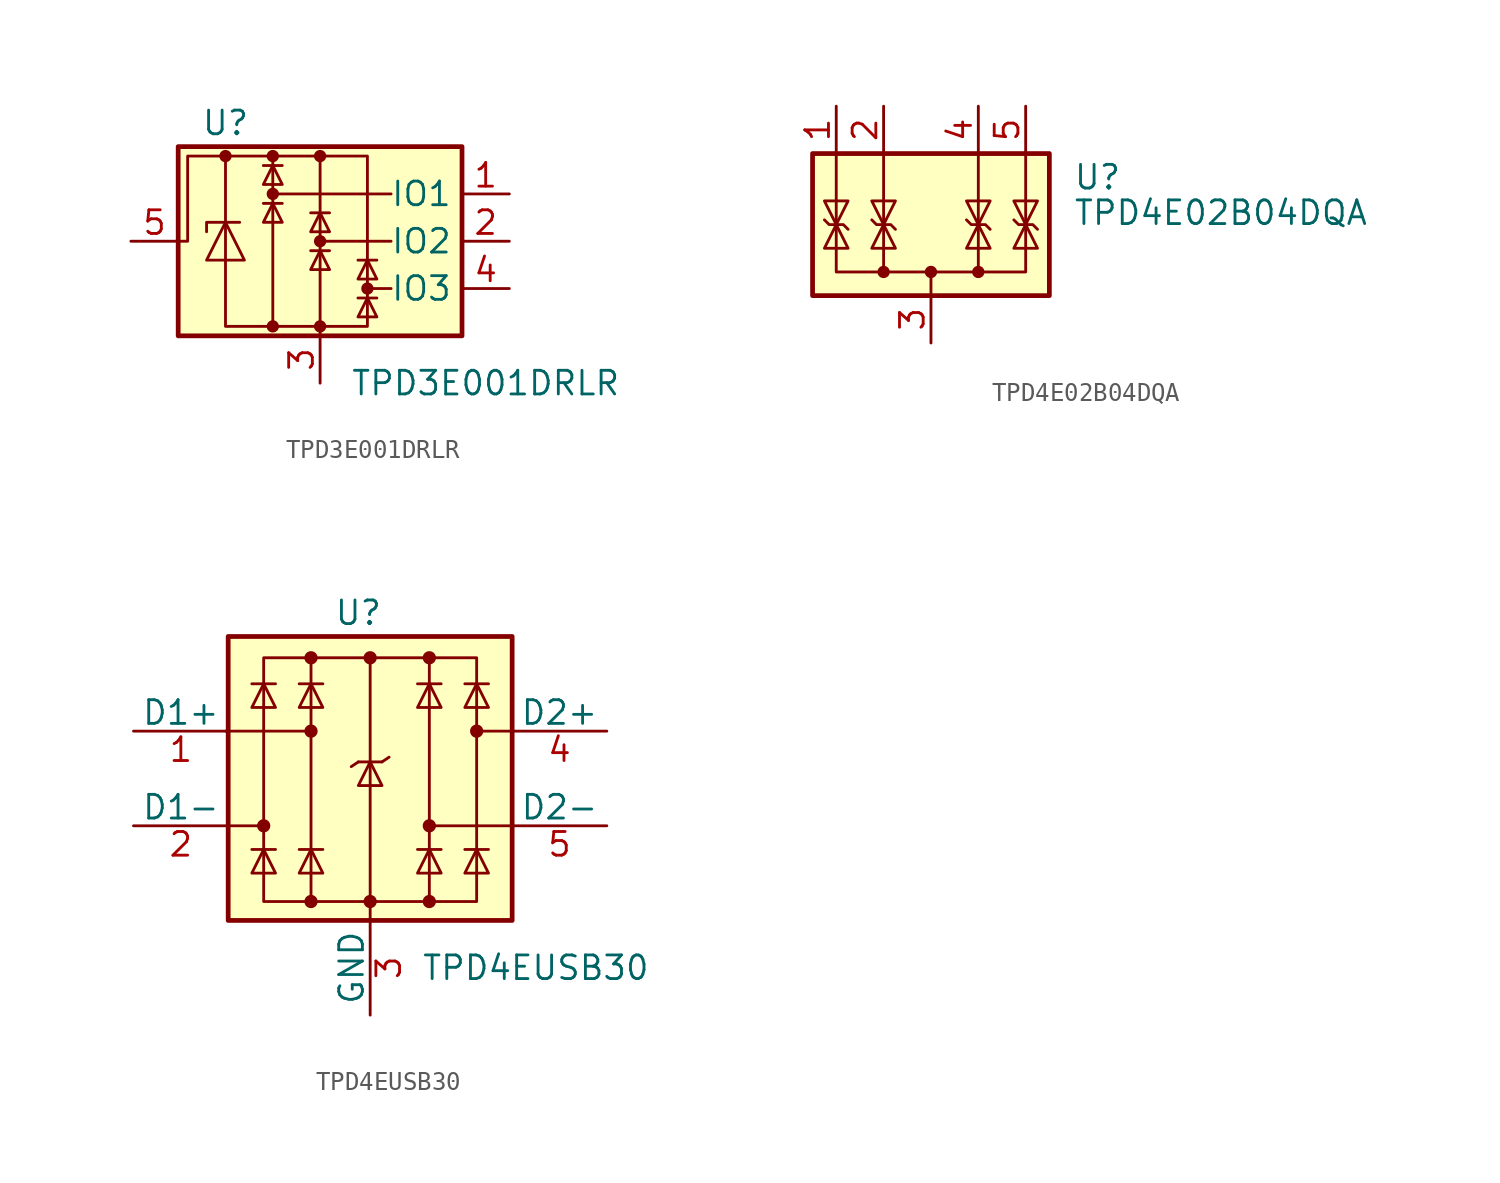
<source format=kicad_sym>
(kicad_symbol_lib
  (version 20211014)
  (generator kicad_symbol_editor)
  (symbol "TPD3E001DRLR"
    (property "Reference" "U"
      (at -5.08 6.35 0)
      (effects (font (size 1.27 1.27))))
    (property "Value" "TPD3E001DRLR"
      (at 8.89 -7.62 0)
      (effects (font (size 1.27 1.27))))
    (symbol "TPD3E001DRLR_0_1"
      (rectangle (start -7.62 5.08) (end 7.62 -5.08) (stroke (width 0.254) (type default) (color 0 0 0 0)) (fill (type background)))
      (circle (center -5.08 4.572) (radius 0.254) (stroke (width 0) (type default) (color 0 0 0 0)) (fill (type outline)))
      (circle (center -2.54 -4.572) (radius 0.254) (stroke (width 0) (type default) (color 0 0 0 0)) (fill (type outline)))
      (circle (center -2.54 2.54) (radius 0.254) (stroke (width 0) (type default) (color 0 0 0 0)) (fill (type outline)))
      (circle (center -2.54 4.572) (radius 0.254) (stroke (width 0) (type default) (color 0 0 0 0)) (fill (type outline)))
      (circle (center 0 -4.572) (radius 0.254) (stroke (width 0) (type default) (color 0 0 0 0)) (fill (type outline)))
      (polyline (pts (xy -2.54 2.54) (xy 3.81 2.54)) (stroke (width 0) (type default) (color 0 0 0 0)) (fill (type none)))
      (polyline (pts (xy -2.54 4.572) (xy -2.54 -4.572)) (stroke (width 0) (type default) (color 0 0 0 0)) (fill (type none)))
      (polyline (pts (xy -2.032 2.032) (xy -3.048 2.032)) (stroke (width 0) (type default) (color 0 0 0 0)) (fill (type none)))
      (polyline (pts (xy -2.032 4.064) (xy -3.048 4.064)) (stroke (width 0) (type default) (color 0 0 0 0)) (fill (type none)))
      (polyline (pts (xy 0 -5.08) (xy 0 4.572)) (stroke (width 0) (type default) (color 0 0 0 0)) (fill (type none)))
      (polyline (pts (xy 0 0) (xy 3.81 0)) (stroke (width 0) (type default) (color 0 0 0 0)) (fill (type none)))
      (polyline (pts (xy 0.508 -0.508) (xy -0.508 -0.508)) (stroke (width 0) (type default) (color 0 0 0 0)) (fill (type none)))
      (polyline (pts (xy 0.508 1.524) (xy -0.508 1.524)) (stroke (width 0) (type default) (color 0 0 0 0)) (fill (type none)))
      (polyline (pts (xy 2.54 -2.54) (xy 3.81 -2.54)) (stroke (width 0) (type default) (color 0 0 0 0)) (fill (type none)))
      (polyline (pts (xy 3.048 -3.048) (xy 2.032 -3.048)) (stroke (width 0) (type default) (color 0 0 0 0)) (fill (type none)))
      (polyline (pts (xy 3.048 -1.016) (xy 2.032 -1.016)) (stroke (width 0) (type default) (color 0 0 0 0)) (fill (type none)))
      (polyline (pts (xy -4.318 1.016) (xy -6.096 1.016) (xy -6.096 0.508)) (stroke (width 0) (type default) (color 0 0 0 0)) (fill (type none)))
      (polyline (pts (xy -7.62 0) (xy -7.112 0) (xy -7.112 4.572) (xy -5.08 4.572)) (stroke (width 0) (type default) (color 0 0 0 0)) (fill (type none)))
      (polyline (pts (xy -5.08 1.016) (xy -6.096 -1.016) (xy -4.064 -1.016) (xy -5.08 1.016)) (stroke (width 0) (type default) (color 0 0 0 0)) (fill (type none)))
      (polyline (pts (xy -2.54 2.032) (xy -3.048 1.016) (xy -2.032 1.016) (xy -2.54 2.032)) (stroke (width 0) (type default) (color 0 0 0 0)) (fill (type none)))
      (polyline (pts (xy -2.54 4.064) (xy -3.048 3.048) (xy -2.032 3.048) (xy -2.54 4.064)) (stroke (width 0) (type default) (color 0 0 0 0)) (fill (type none)))
      (polyline (pts (xy 0 -0.508) (xy -0.508 -1.524) (xy 0.508 -1.524) (xy 0 -0.508)) (stroke (width 0) (type default) (color 0 0 0 0)) (fill (type none)))
      (polyline (pts (xy 0 1.524) (xy -0.508 0.508) (xy 0.508 0.508) (xy 0 1.524)) (stroke (width 0) (type default) (color 0 0 0 0)) (fill (type none)))
      (polyline (pts (xy 2.54 -3.048) (xy 2.032 -4.064) (xy 3.048 -4.064) (xy 2.54 -3.048)) (stroke (width 0) (type default) (color 0 0 0 0)) (fill (type none)))
      (polyline (pts (xy 2.54 -1.016) (xy 2.032 -2.032) (xy 3.048 -2.032) (xy 2.54 -1.016)) (stroke (width 0) (type default) (color 0 0 0 0)) (fill (type none)))
      (circle (center 0 0) (radius 0.254) (stroke (width 0) (type default) (color 0 0 0 0)) (fill (type outline)))
      (circle (center 0 4.572) (radius 0.254) (stroke (width 0) (type default) (color 0 0 0 0)) (fill (type outline)))
      (rectangle (start 2.54 -4.572) (end -5.08 4.572) (stroke (width 0) (type default) (color 0 0 0 0)) (fill (type none)))
      (circle (center 2.54 -2.54) (radius 0.254) (stroke (width 0) (type default) (color 0 0 0 0)) (fill (type outline))))
    (symbol "TPD3E001DRLR_1_1"
      (pin passive line (at 10.16 2.54 180) (length 2.54) (name "IO1" (effects (font (size 1.27 1.27)))) (number "1" (effects (font (size 1.27 1.27)))))
      (pin passive line (at 10.16 0 180) (length 2.54) (name "IO2" (effects (font (size 1.27 1.27)))) (number "2" (effects (font (size 1.27 1.27)))))
      (pin passive line (at 0 -7.62 90) (length 2.54) (name "~" (effects (font (size 1.27 1.27)))) (number "3" (effects (font (size 1.27 1.27)))))
      (pin passive line (at 10.16 -2.54 180) (length 2.54) (name "IO3" (effects (font (size 1.27 1.27)))) (number "4" (effects (font (size 1.27 1.27)))))
      (pin passive line (at -10.16 0 0) (length 2.54) (name "~" (effects (font (size 1.27 1.27)))) (number "5" (effects (font (size 1.27 1.27)))))))
  (symbol "TPD4E02B04DQA"
    (pin_names hide)
    (property "Reference" "U"
      (at 7.62 3.81 0)
      (effects (font (size 1.27 1.27)) (justify left)))
    (property "Value" "TPD4E02B04DQA"
      (at 7.62 1.905 0)
      (effects (font (size 1.27 1.27)) (justify left)))
    (symbol "TPD4E02B04DQA_0_0"
      (pin passive line (at 0 -5.08 90) (length 2.54) (name "G" (effects (font (size 1.27 1.27)))) (number "3" (effects (font (size 1.27 1.27))))))
    (symbol "TPD4E02B04DQA_0_1"
      (rectangle (start -6.35 5.08) (end 6.35 -2.54) (stroke (width 0.254) (type default) (color 0 0 0 0)) (fill (type background)))
      (circle (center 0 -1.27) (radius 0.254) (stroke (width 0) (type default) (color 0 0 0 0)) (fill (type outline)))
      (polyline (pts (xy -2.54 5.08) (xy -2.54 -1.27)) (stroke (width 0) (type default) (color 0 0 0 0)) (fill (type none)))
      (polyline (pts (xy 0 -1.27) (xy 0 -2.54)) (stroke (width 0) (type default) (color 0 0 0 0)) (fill (type none)))
      (polyline (pts (xy 2.54 5.08) (xy 2.54 -1.27)) (stroke (width 0) (type default) (color 0 0 0 0)) (fill (type none)))
      (polyline (pts (xy -5.08 5.08) (xy -5.08 -1.27) (xy 5.08 -1.27) (xy 5.08 5.08)) (stroke (width 0) (type default) (color 0 0 0 0)) (fill (type none)))
      (polyline (pts (xy -4.445 0) (xy -5.715 0) (xy -5.08 1.27) (xy -4.445 0)) (stroke (width 0) (type default) (color 0 0 0 0)) (fill (type none)))
      (polyline (pts (xy -3.175 1.524) (xy -2.921 1.27) (xy -2.159 1.27) (xy -1.905 1.016)) (stroke (width 0) (type default) (color 0 0 0 0)) (fill (type none)))
      (polyline (pts (xy -2.54 1.27) (xy -1.905 0) (xy -3.175 0) (xy -2.54 1.27)) (stroke (width 0) (type default) (color 0 0 0 0)) (fill (type none)))
      (polyline (pts (xy 2.54 1.27) (xy 1.905 0) (xy 3.175 0) (xy 2.54 1.27)) (stroke (width 0) (type default) (color 0 0 0 0)) (fill (type none)))
      (polyline (pts (xy 5.08 1.27) (xy 4.445 0) (xy 5.715 0) (xy 5.08 1.27)) (stroke (width 0) (type default) (color 0 0 0 0)) (fill (type none)))
      (circle (center 2.54 -1.27) (radius 0.254) (stroke (width 0) (type default) (color 0 0 0 0)) (fill (type outline))))
    (symbol "TPD4E02B04DQA_1_1"
      (circle (center -2.54 -1.27) (radius 0.254) (stroke (width 0) (type default) (color 0 0 0 0)) (fill (type outline)))
      (polyline (pts (xy -5.715 1.524) (xy -5.461 1.27) (xy -4.699 1.27) (xy -4.445 1.016)) (stroke (width 0) (type default) (color 0 0 0 0)) (fill (type none)))
      (polyline (pts (xy -5.08 1.27) (xy -5.715 2.54) (xy -4.445 2.54) (xy -5.08 1.27)) (stroke (width 0) (type default) (color 0 0 0 0)) (fill (type none)))
      (polyline (pts (xy -2.54 1.27) (xy -3.175 2.54) (xy -1.905 2.54) (xy -2.54 1.27)) (stroke (width 0) (type default) (color 0 0 0 0)) (fill (type none)))
      (polyline (pts (xy 1.905 1.524) (xy 2.159 1.27) (xy 2.921 1.27) (xy 3.175 1.016)) (stroke (width 0) (type default) (color 0 0 0 0)) (fill (type none)))
      (polyline (pts (xy 2.54 1.27) (xy 1.905 2.54) (xy 3.175 2.54) (xy 2.54 1.27)) (stroke (width 0) (type default) (color 0 0 0 0)) (fill (type none)))
      (polyline (pts (xy 4.445 1.524) (xy 4.699 1.27) (xy 5.461 1.27) (xy 5.715 1.016)) (stroke (width 0) (type default) (color 0 0 0 0)) (fill (type none)))
      (polyline (pts (xy 5.08 1.27) (xy 4.445 2.54) (xy 5.715 2.54) (xy 5.08 1.27)) (stroke (width 0) (type default) (color 0 0 0 0)) (fill (type none)))
      (pin passive line (at -5.08 7.62 270) (length 2.54) (name "IO1" (effects (font (size 1.27 1.27)))) (number "1" (effects (font (size 1.27 1.27)))))
      (pin no_connect line (at -5.08 -2.54 90) (length 2.54) hide (name "NC" (effects (font (size 1.27 1.27)))) (number "10" (effects (font (size 1.27 1.27)))))
      (pin passive line (at -2.54 7.62 270) (length 2.54) (name "IO2" (effects (font (size 1.27 1.27)))) (number "2" (effects (font (size 1.27 1.27)))))
      (pin passive line (at 2.54 7.62 270) (length 2.54) (name "IO3" (effects (font (size 1.27 1.27)))) (number "4" (effects (font (size 1.27 1.27)))))
      (pin passive line (at 5.08 7.62 270) (length 2.54) (name "IO4" (effects (font (size 1.27 1.27)))) (number "5" (effects (font (size 1.27 1.27)))))
      (pin no_connect line (at 5.08 -2.54 90) (length 2.54) hide (name "NC" (effects (font (size 1.27 1.27)))) (number "6" (effects (font (size 1.27 1.27)))))
      (pin no_connect line (at 2.54 -2.54 90) (length 2.54) hide (name "NC" (effects (font (size 1.27 1.27)))) (number "7" (effects (font (size 1.27 1.27)))))
      (pin passive line (at 0 -5.08 90) (length 2.54) hide (name "G" (effects (font (size 1.27 1.27)))) (number "8" (effects (font (size 1.27 1.27)))))
      (pin no_connect line (at -2.54 -2.54 90) (length 2.54) hide (name "NC" (effects (font (size 1.27 1.27)))) (number "9" (effects (font (size 1.27 1.27)))))))
  (symbol "TPD4EUSB30"
    (pin_names
      (offset 0))
    (property "Reference" "U"
      (at -0.635 8.89 0)
      (effects (font (size 1.27 1.27))))
    (property "Value" "TPD4EUSB30"
      (at 8.89 -10.16 0)
      (effects (font (size 1.27 1.27))))
    (symbol "TPD4EUSB30_0_0"
      (rectangle (start -5.715 6.477) (end 5.715 -6.604) (stroke (width 0) (type default) (color 0 0 0 0)) (fill (type none)))
      (polyline (pts (xy -3.175 -6.604) (xy -3.175 6.477)) (stroke (width 0) (type default) (color 0 0 0 0)) (fill (type none)))
      (polyline (pts (xy 0 6.477) (xy 0 -6.604)) (stroke (width 0) (type default) (color 0 0 0 0)) (fill (type none)))
      (polyline (pts (xy 3.175 6.477) (xy 3.175 -6.604)) (stroke (width 0) (type default) (color 0 0 0 0)) (fill (type none))))
    (symbol "TPD4EUSB30_0_1"
      (rectangle (start -7.62 7.62) (end 7.62 -7.62) (stroke (width 0.254) (type default) (color 0 0 0 0)) (fill (type background)))
      (circle (center -5.715 -2.54) (radius 0.279) (stroke (width 0) (type default) (color 0 0 0 0)) (fill (type outline)))
      (circle (center -3.175 -6.604) (radius 0.279) (stroke (width 0) (type default) (color 0 0 0 0)) (fill (type outline)))
      (circle (center -3.175 2.54) (radius 0.279) (stroke (width 0) (type default) (color 0 0 0 0)) (fill (type outline)))
      (circle (center -3.175 6.477) (radius 0.279) (stroke (width 0) (type default) (color 0 0 0 0)) (fill (type outline)))
      (circle (center 0 -6.604) (radius 0.279) (stroke (width 0) (type default) (color 0 0 0 0)) (fill (type outline)))
      (polyline (pts (xy -7.747 2.54) (xy -3.175 2.54)) (stroke (width 0) (type default) (color 0 0 0 0)) (fill (type none)))
      (polyline (pts (xy -7.62 -2.54) (xy -5.715 -2.54)) (stroke (width 0) (type default) (color 0 0 0 0)) (fill (type none)))
      (polyline (pts (xy -5.08 -3.81) (xy -6.35 -3.81)) (stroke (width 0) (type default) (color 0 0 0 0)) (fill (type none)))
      (polyline (pts (xy -5.08 5.08) (xy -6.35 5.08)) (stroke (width 0) (type default) (color 0 0 0 0)) (fill (type none)))
      (polyline (pts (xy -2.54 -3.81) (xy -3.81 -3.81)) (stroke (width 0) (type default) (color 0 0 0 0)) (fill (type none)))
      (polyline (pts (xy -2.54 5.08) (xy -3.81 5.08)) (stroke (width 0) (type default) (color 0 0 0 0)) (fill (type none)))
      (polyline (pts (xy -0.635 0.889) (xy -1.016 0.635)) (stroke (width 0) (type default) (color 0 0 0 0)) (fill (type none)))
      (polyline (pts (xy 0 -6.604) (xy 0 -7.62)) (stroke (width 0) (type default) (color 0 0 0 0)) (fill (type none)))
      (polyline (pts (xy 0.635 0.889) (xy -0.635 0.889)) (stroke (width 0) (type default) (color 0 0 0 0)) (fill (type none)))
      (polyline (pts (xy 0.635 0.889) (xy 1.016 1.143)) (stroke (width 0) (type default) (color 0 0 0 0)) (fill (type none)))
      (polyline (pts (xy 3.81 -3.81) (xy 2.54 -3.81)) (stroke (width 0) (type default) (color 0 0 0 0)) (fill (type none)))
      (polyline (pts (xy 3.81 5.08) (xy 2.54 5.08)) (stroke (width 0) (type default) (color 0 0 0 0)) (fill (type none)))
      (polyline (pts (xy 6.35 -3.81) (xy 5.08 -3.81)) (stroke (width 0) (type default) (color 0 0 0 0)) (fill (type none)))
      (polyline (pts (xy 6.35 5.08) (xy 5.08 5.08)) (stroke (width 0) (type default) (color 0 0 0 0)) (fill (type none)))
      (polyline (pts (xy 7.62 -2.54) (xy 3.175 -2.54)) (stroke (width 0) (type default) (color 0 0 0 0)) (fill (type none)))
      (polyline (pts (xy 7.62 2.54) (xy 5.715 2.54)) (stroke (width 0) (type default) (color 0 0 0 0)) (fill (type none)))
      (polyline (pts (xy -5.08 -5.08) (xy -6.35 -5.08) (xy -5.715 -3.81) (xy -5.08 -5.08)) (stroke (width 0) (type default) (color 0 0 0 0)) (fill (type none)))
      (polyline (pts (xy -5.08 3.81) (xy -6.35 3.81) (xy -5.715 5.08) (xy -5.08 3.81)) (stroke (width 0) (type default) (color 0 0 0 0)) (fill (type none)))
      (polyline (pts (xy -2.54 -5.08) (xy -3.81 -5.08) (xy -3.175 -3.81) (xy -2.54 -5.08)) (stroke (width 0) (type default) (color 0 0 0 0)) (fill (type none)))
      (polyline (pts (xy -2.54 3.81) (xy -3.81 3.81) (xy -3.175 5.08) (xy -2.54 3.81)) (stroke (width 0) (type default) (color 0 0 0 0)) (fill (type none)))
      (polyline (pts (xy 0.635 -0.381) (xy -0.635 -0.381) (xy 0 0.889) (xy 0.635 -0.381)) (stroke (width 0) (type default) (color 0 0 0 0)) (fill (type none)))
      (polyline (pts (xy 3.81 -5.08) (xy 2.54 -5.08) (xy 3.175 -3.81) (xy 3.81 -5.08)) (stroke (width 0) (type default) (color 0 0 0 0)) (fill (type none)))
      (polyline (pts (xy 3.81 3.81) (xy 2.54 3.81) (xy 3.175 5.08) (xy 3.81 3.81)) (stroke (width 0) (type default) (color 0 0 0 0)) (fill (type none)))
      (polyline (pts (xy 6.35 -5.08) (xy 5.08 -5.08) (xy 5.715 -3.81) (xy 6.35 -5.08)) (stroke (width 0) (type default) (color 0 0 0 0)) (fill (type none)))
      (polyline (pts (xy 6.35 3.81) (xy 5.08 3.81) (xy 5.715 5.08) (xy 6.35 3.81)) (stroke (width 0) (type default) (color 0 0 0 0)) (fill (type none)))
      (circle (center 0 6.477) (radius 0.279) (stroke (width 0) (type default) (color 0 0 0 0)) (fill (type outline)))
      (circle (center 3.175 -6.604) (radius 0.279) (stroke (width 0) (type default) (color 0 0 0 0)) (fill (type outline)))
      (circle (center 3.175 -2.54) (radius 0.279) (stroke (width 0) (type default) (color 0 0 0 0)) (fill (type outline)))
      (circle (center 3.175 6.477) (radius 0.279) (stroke (width 0) (type default) (color 0 0 0 0)) (fill (type outline)))
      (circle (center 5.715 2.54) (radius 0.279) (stroke (width 0) (type default) (color 0 0 0 0)) (fill (type outline))))
    (symbol "TPD4EUSB30_1_1"
      (pin passive line (at -12.7 2.54 0) (length 5.08) (name "D1+" (effects (font (size 1.27 1.27)))) (number "1" (effects (font (size 1.27 1.27)))))
      (pin no_connect line (at -5.08 7.62 0) (length 5.08) hide (name "NC" (effects (font (size 1.27 1.27)))) (number "10" (effects (font (size 1.27 1.27)))))
      (pin passive line (at -12.7 -2.54 0) (length 5.08) (name "D1-" (effects (font (size 1.27 1.27)))) (number "2" (effects (font (size 1.27 1.27)))))
      (pin power_in line (at 0 -12.7 90) (length 5.08) (name "GND" (effects (font (size 1.27 1.27)))) (number "3" (effects (font (size 1.27 1.27)))))
      (pin passive line (at 12.7 2.54 180) (length 5.08) (name "D2+" (effects (font (size 1.27 1.27)))) (number "4" (effects (font (size 1.27 1.27)))))
      (pin passive line (at 12.7 -2.54 180) (length 5.08) (name "D2-" (effects (font (size 1.27 1.27)))) (number "5" (effects (font (size 1.27 1.27)))))
      (pin no_connect line (at 5.08 -7.62 180) (length 5.08) hide (name "NC" (effects (font (size 1.27 1.27)))) (number "6" (effects (font (size 1.27 1.27)))))
      (pin no_connect line (at 5.08 7.62 180) (length 5.08) hide (name "NC" (effects (font (size 1.27 1.27)))) (number "7" (effects (font (size 1.27 1.27)))))
      (pin passive line (at 0 -12.7 90) (length 5.08) hide (name "GND" (effects (font (size 1.27 1.27)))) (number "8" (effects (font (size 1.27 1.27)))))
      (pin no_connect line (at -5.08 -7.62 0) (length 5.08) hide (name "NC" (effects (font (size 1.27 1.27)))) (number "9" (effects (font (size 1.27 1.27))))))))
</source>
